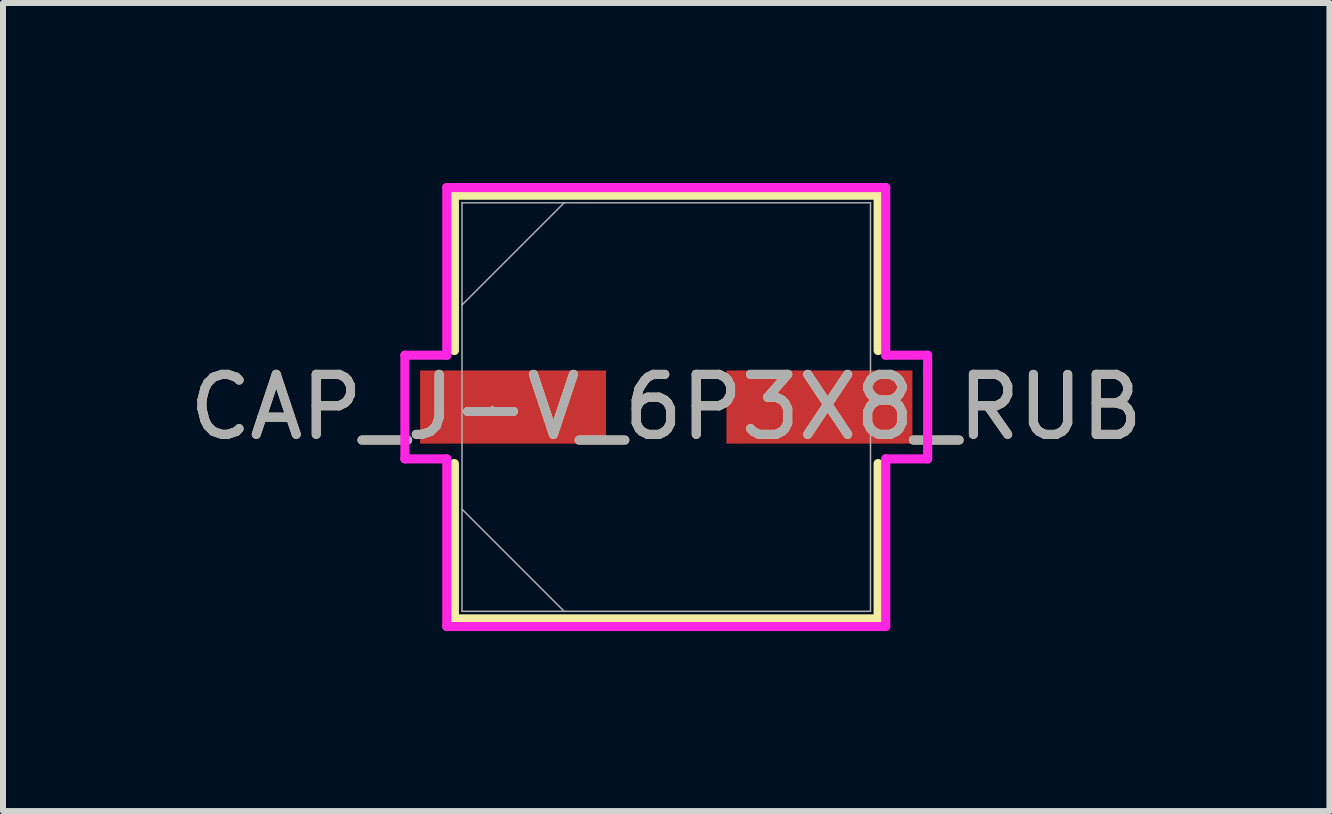
<source format=kicad_pcb>
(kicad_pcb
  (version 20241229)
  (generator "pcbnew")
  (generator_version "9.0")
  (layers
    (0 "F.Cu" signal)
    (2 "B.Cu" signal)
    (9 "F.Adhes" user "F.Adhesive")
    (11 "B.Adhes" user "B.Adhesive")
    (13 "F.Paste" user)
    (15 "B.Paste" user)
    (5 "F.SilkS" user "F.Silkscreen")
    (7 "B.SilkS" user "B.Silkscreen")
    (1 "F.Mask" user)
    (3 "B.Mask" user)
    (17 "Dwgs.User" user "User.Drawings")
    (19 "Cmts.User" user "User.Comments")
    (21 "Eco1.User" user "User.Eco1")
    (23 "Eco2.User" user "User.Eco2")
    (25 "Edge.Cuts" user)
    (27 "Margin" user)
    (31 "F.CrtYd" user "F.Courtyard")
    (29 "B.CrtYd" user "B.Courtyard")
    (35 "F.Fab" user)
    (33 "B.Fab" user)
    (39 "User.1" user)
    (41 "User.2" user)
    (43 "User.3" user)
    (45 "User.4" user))
  (footprint "CAP_J-V_6P3X8_RUB"
    (layer "F.Cu")
    (at 8.054 3.734)
    (property "Reference" "CAP_J-V_6P3X8_RUB" (at 0 0 0) (unlocked yes) (layer "F.SilkS") (effects (font (size 1 1) (thickness 0.15))))
    (attr smd)
    (fp_line (start -3.531 -3.531) (end -3.531 -0.942) (stroke (width 0.152) (type solid)) (layer "F.SilkS"))
    (fp_line (start -3.531 0.942) (end -3.531 3.531) (stroke (width 0.152) (type solid)) (layer "F.SilkS"))
    (fp_line (start -3.531 3.531) (end 3.531 3.531) (stroke (width 0.152) (type solid)) (layer "F.SilkS"))
    (fp_line (start 3.531 -3.531) (end -3.531 -3.531) (stroke (width 0.152) (type solid)) (layer "F.SilkS"))
    (fp_line (start 3.531 -0.942) (end 3.531 -3.531) (stroke (width 0.152) (type solid)) (layer "F.SilkS"))
    (fp_line (start 3.531 3.531) (end 3.531 0.942) (stroke (width 0.152) (type solid)) (layer "F.SilkS"))
    (fp_line (start -4.356 -0.864) (end -3.658 -0.864) (stroke (width 0.152) (type solid)) (layer "F.CrtYd"))
    (fp_line (start -4.356 0.864) (end -4.356 -0.864) (stroke (width 0.152) (type solid)) (layer "F.CrtYd"))
    (fp_line (start -3.658 -3.658) (end 3.658 -3.658) (stroke (width 0.152) (type solid)) (layer "F.CrtYd"))
    (fp_line (start -3.658 -0.864) (end -3.658 -3.658) (stroke (width 0.152) (type solid)) (layer "F.CrtYd"))
    (fp_line (start -3.658 0.864) (end -4.356 0.864) (stroke (width 0.152) (type solid)) (layer "F.CrtYd"))
    (fp_line (start -3.658 3.658) (end -3.658 0.864) (stroke (width 0.152) (type solid)) (layer "F.CrtYd"))
    (fp_line (start 3.658 -3.658) (end 3.658 -0.864) (stroke (width 0.152) (type solid)) (layer "F.CrtYd"))
    (fp_line (start 3.658 -0.864) (end 4.356 -0.864) (stroke (width 0.152) (type solid)) (layer "F.CrtYd"))
    (fp_line (start 3.658 0.864) (end 3.658 3.658) (stroke (width 0.152) (type solid)) (layer "F.CrtYd"))
    (fp_line (start 3.658 3.658) (end -3.658 3.658) (stroke (width 0.152) (type solid)) (layer "F.CrtYd"))
    (fp_line (start 4.356 -0.864) (end 4.356 0.864) (stroke (width 0.152) (type solid)) (layer "F.CrtYd"))
    (fp_line (start 4.356 0.864) (end 3.658 0.864) (stroke (width 0.152) (type solid)) (layer "F.CrtYd"))
    (fp_line (start -3.404 -3.404) (end -3.404 3.404) (stroke (width 0.025) (type solid)) (layer "F.Fab"))
    (fp_line (start -3.404 -1.702) (end -1.702 -3.404) (stroke (width 0.025) (type solid)) (layer "F.Fab"))
    (fp_line (start -3.404 1.702) (end -1.702 3.404) (stroke (width 0.025) (type solid)) (layer "F.Fab"))
    (fp_line (start -3.404 3.404) (end 3.404 3.404) (stroke (width 0.025) (type solid)) (layer "F.Fab"))
    (fp_line (start 3.404 -3.404) (end -3.404 -3.404) (stroke (width 0.025) (type solid)) (layer "F.Fab"))
    (fp_line (start 3.404 3.404) (end 3.404 -3.404) (stroke (width 0.025) (type solid)) (layer "F.Fab"))
    (fp_circle (center -2.896 0) (end -2.896 0) (stroke (width 0.025) (type solid)) (fill no) (layer "F.Fab"))
    (fp_text user "${REFERENCE}" (at 0 0 0) (unlocked yes) (layer "F.Fab") (effects (font (size 1 1) (thickness 0.15))))
    (pad "1" smd rect (at -2.553 0) (size 3.099 1.219) (layers "F.Cu" "F.Mask" "F.Paste"))
    (pad "2" smd rect (at 2.553 0) (size 3.099 1.219) (layers "F.Cu" "F.Mask" "F.Paste"))
    (zone (net_name "") (layer "F.Cu") (hatch full 0.508) (connect_pads) (min_thickness 0.254) (filled_areas_thickness no) (keepout (tracks not_allowed) (vias not_allowed) (pads allowed) (copperpour not_allowed) (footprints allowed)) (placement (enabled no)) (fill) (polygon (pts (xy 4.701 0.381) (xy 11.406 0.381) (xy 11.406 3.073) (xy 4.701 3.073))))
    (zone (net_name "") (layer "F.Cu") (hatch full 0.508) (connect_pads) (min_thickness 0.254) (filled_areas_thickness no) (keepout (tracks not_allowed) (vias not_allowed) (pads allowed) (copperpour not_allowed) (footprints allowed)) (placement (enabled no)) (fill) (polygon (pts (xy 4.701 4.394) (xy 11.406 4.394) (xy 11.406 7.087) (xy 4.701 7.087))))
    (zone (net_name "") (layer "F.Cu") (hatch full 0.508) (connect_pads) (min_thickness 0.254) (filled_areas_thickness no) (keepout (tracks not_allowed) (vias not_allowed) (pads allowed) (copperpour not_allowed) (footprints allowed)) (placement (enabled no)) (fill) (polygon (pts (xy 7.101 3.073) (xy 9.006 3.073) (xy 9.006 4.394) (xy 7.101 4.394)))))
  (gr_rect
    (start -3 -3)
    (end 19.107 10.468)
    (stroke (width 0.1) (type default))
    (fill no)
    (layer "Edge.Cuts")))
</source>
